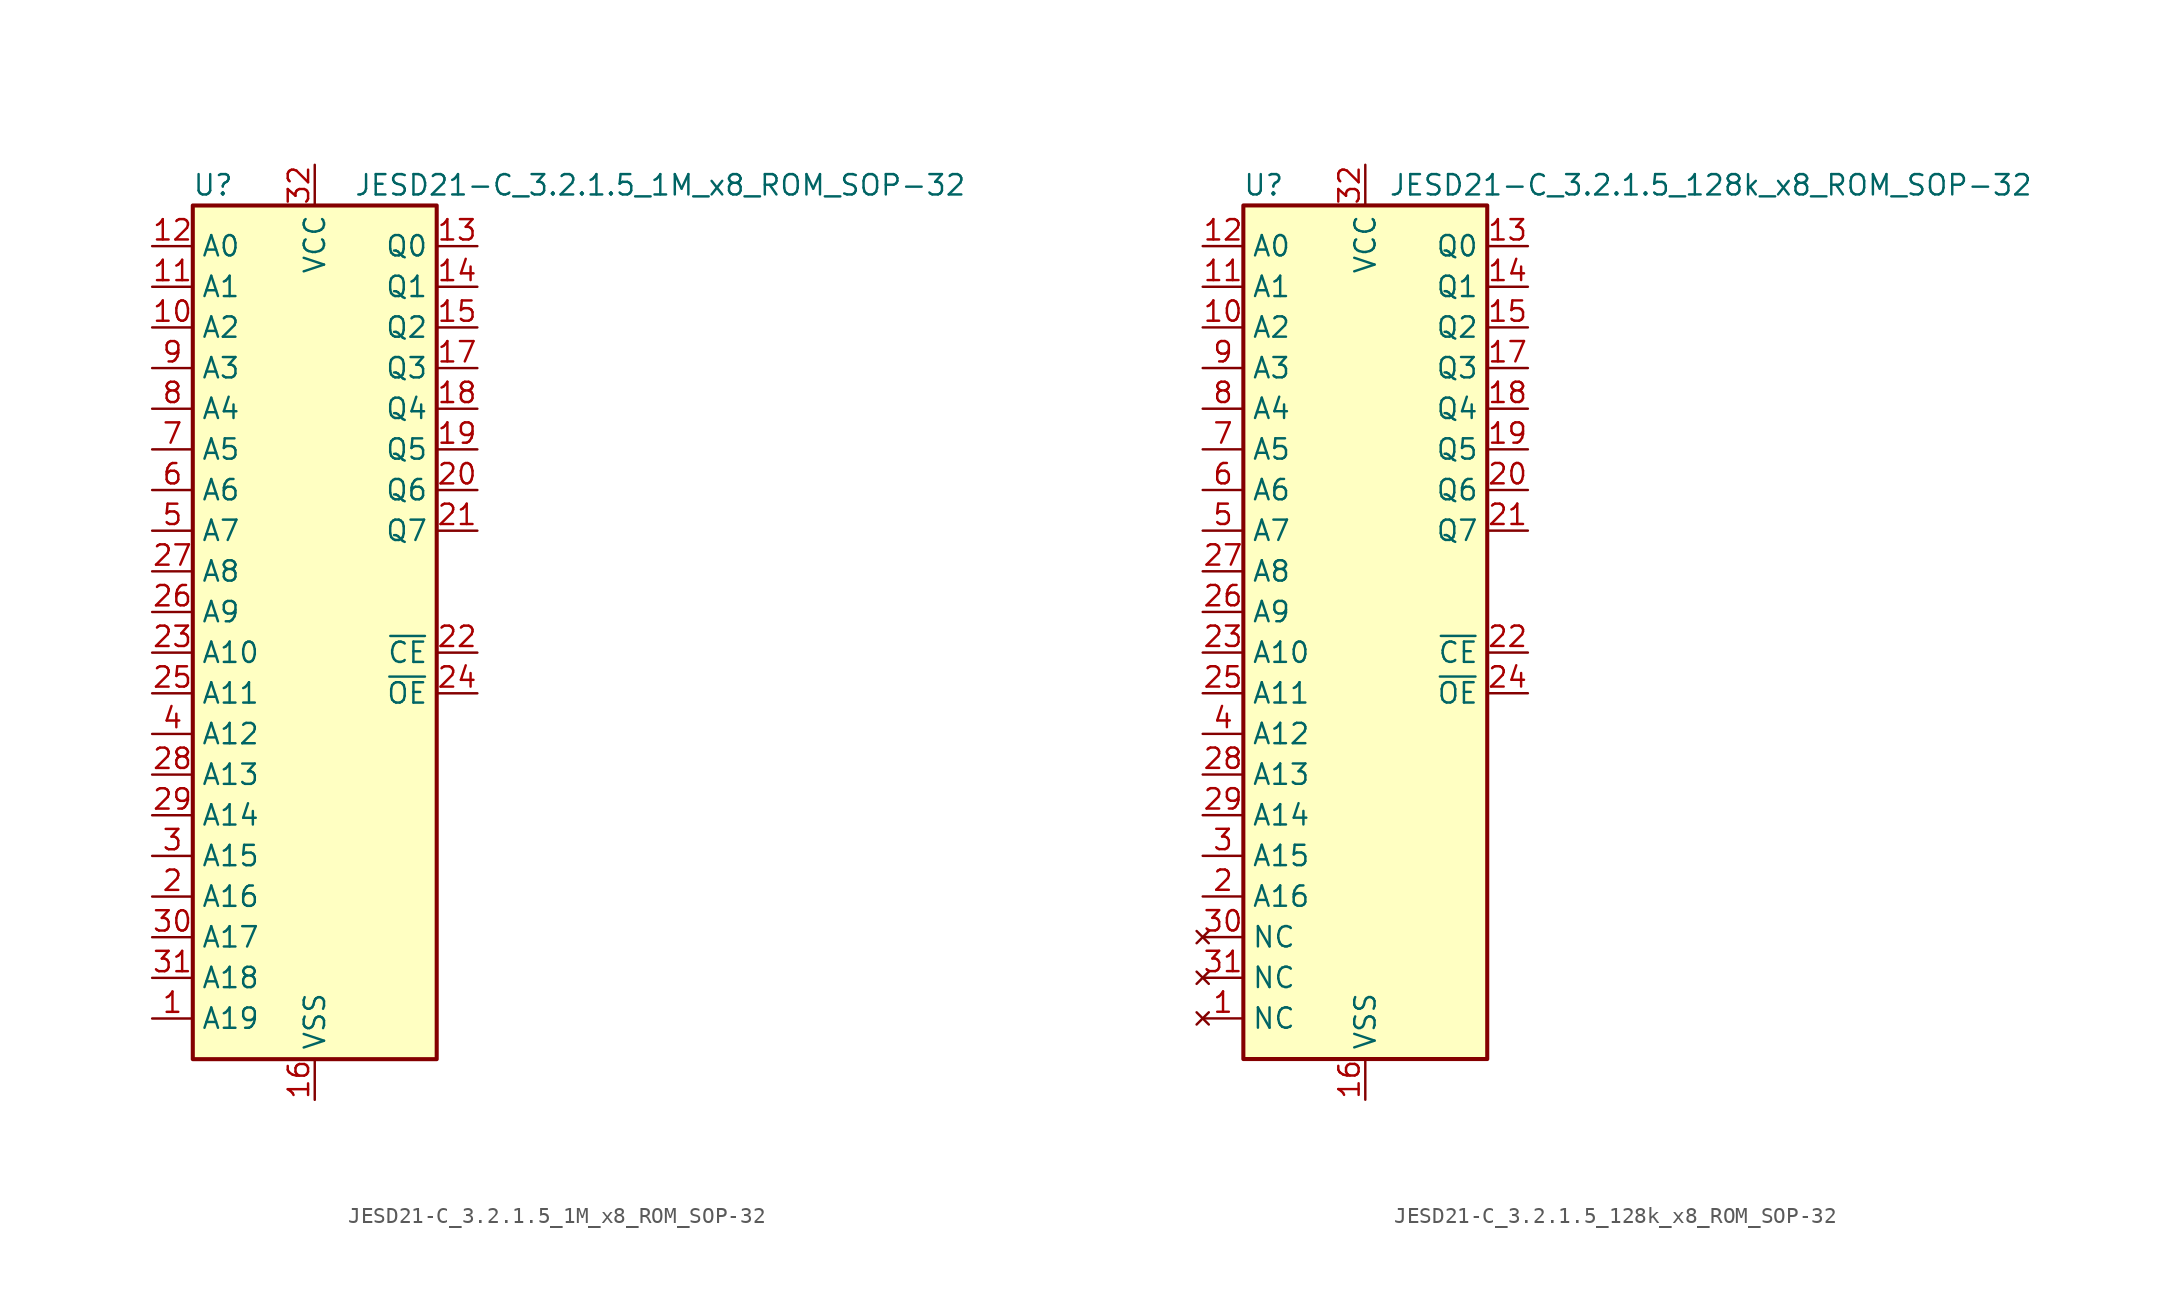
<source format=kicad_sym>
(kicad_symbol_lib
  (version 20231120)
  (generator "kicad_symbol_editor")
  (generator_version "8.0")
  (symbol "JESD21-C_3.2.1.5_1M_x8_ROM_SOP-32"
    (property "Reference" "U"
      (at -6.35 26.67 0)
      (effects (font (size 1.27 1.27))))
    (property "Value" "JESD21-C_3.2.1.5_1M_x8_ROM_SOP-32"
      (at 21.59 26.67 0)
      (effects (font (size 1.27 1.27))))
    (symbol "JESD21-C_3.2.1.5_1M_x8_ROM_SOP-32_0_1"
      (rectangle (start -7.62 25.4) (end 7.62 -27.94) (stroke (width 0.254) (type default)) (fill (type background))))
    (symbol "JESD21-C_3.2.1.5_1M_x8_ROM_SOP-32_1_1"
      (pin input line (at -10.16 -25.4 0) (length 2.54) (name "A19" (effects (font (size 1.27 1.27)))) (number "1" (effects (font (size 1.27 1.27)))))
      (pin input line (at -10.16 17.78 0) (length 2.54) (name "A2" (effects (font (size 1.27 1.27)))) (number "10" (effects (font (size 1.27 1.27)))))
      (pin input line (at -10.16 20.32 0) (length 2.54) (name "A1" (effects (font (size 1.27 1.27)))) (number "11" (effects (font (size 1.27 1.27)))))
      (pin input line (at -10.16 22.86 0) (length 2.54) (name "A0" (effects (font (size 1.27 1.27)))) (number "12" (effects (font (size 1.27 1.27)))))
      (pin tri_state line (at 10.16 22.86 180) (length 2.54) (name "Q0" (effects (font (size 1.27 1.27)))) (number "13" (effects (font (size 1.27 1.27)))))
      (pin tri_state line (at 10.16 20.32 180) (length 2.54) (name "Q1" (effects (font (size 1.27 1.27)))) (number "14" (effects (font (size 1.27 1.27)))))
      (pin tri_state line (at 10.16 17.78 180) (length 2.54) (name "Q2" (effects (font (size 1.27 1.27)))) (number "15" (effects (font (size 1.27 1.27)))))
      (pin power_in line (at 0 -30.48 90) (length 2.54) (name "VSS" (effects (font (size 1.27 1.27)))) (number "16" (effects (font (size 1.27 1.27)))))
      (pin tri_state line (at 10.16 15.24 180) (length 2.54) (name "Q3" (effects (font (size 1.27 1.27)))) (number "17" (effects (font (size 1.27 1.27)))))
      (pin tri_state line (at 10.16 12.7 180) (length 2.54) (name "Q4" (effects (font (size 1.27 1.27)))) (number "18" (effects (font (size 1.27 1.27)))))
      (pin tri_state line (at 10.16 10.16 180) (length 2.54) (name "Q5" (effects (font (size 1.27 1.27)))) (number "19" (effects (font (size 1.27 1.27)))))
      (pin input line (at -10.16 -17.78 0) (length 2.54) (name "A16" (effects (font (size 1.27 1.27)))) (number "2" (effects (font (size 1.27 1.27)))))
      (pin tri_state line (at 10.16 7.62 180) (length 2.54) (name "Q6" (effects (font (size 1.27 1.27)))) (number "20" (effects (font (size 1.27 1.27)))))
      (pin tri_state line (at 10.16 5.08 180) (length 2.54) (name "Q7" (effects (font (size 1.27 1.27)))) (number "21" (effects (font (size 1.27 1.27)))))
      (pin input line (at 10.16 -2.54 180) (length 2.54) (name "~{CE}" (effects (font (size 1.27 1.27)))) (number "22" (effects (font (size 1.27 1.27)))) (alternate "~{E}" input line))
      (pin input line (at -10.16 -2.54 0) (length 2.54) (name "A10" (effects (font (size 1.27 1.27)))) (number "23" (effects (font (size 1.27 1.27)))))
      (pin input line (at 10.16 -5.08 180) (length 2.54) (name "~{OE}" (effects (font (size 1.27 1.27)))) (number "24" (effects (font (size 1.27 1.27)))) (alternate "~{G}" input line))
      (pin input line (at -10.16 -5.08 0) (length 2.54) (name "A11" (effects (font (size 1.27 1.27)))) (number "25" (effects (font (size 1.27 1.27)))))
      (pin input line (at -10.16 0 0) (length 2.54) (name "A9" (effects (font (size 1.27 1.27)))) (number "26" (effects (font (size 1.27 1.27)))))
      (pin input line (at -10.16 2.54 0) (length 2.54) (name "A8" (effects (font (size 1.27 1.27)))) (number "27" (effects (font (size 1.27 1.27)))))
      (pin input line (at -10.16 -10.16 0) (length 2.54) (name "A13" (effects (font (size 1.27 1.27)))) (number "28" (effects (font (size 1.27 1.27)))))
      (pin input line (at -10.16 -12.7 0) (length 2.54) (name "A14" (effects (font (size 1.27 1.27)))) (number "29" (effects (font (size 1.27 1.27)))))
      (pin input line (at -10.16 -15.24 0) (length 2.54) (name "A15" (effects (font (size 1.27 1.27)))) (number "3" (effects (font (size 1.27 1.27)))))
      (pin input line (at -10.16 -20.32 0) (length 2.54) (name "A17" (effects (font (size 1.27 1.27)))) (number "30" (effects (font (size 1.27 1.27)))))
      (pin input line (at -10.16 -22.86 0) (length 2.54) (name "A18" (effects (font (size 1.27 1.27)))) (number "31" (effects (font (size 1.27 1.27)))))
      (pin power_in line (at 0 27.94 270) (length 2.54) (name "VCC" (effects (font (size 1.27 1.27)))) (number "32" (effects (font (size 1.27 1.27)))))
      (pin input line (at -10.16 -7.62 0) (length 2.54) (name "A12" (effects (font (size 1.27 1.27)))) (number "4" (effects (font (size 1.27 1.27)))))
      (pin input line (at -10.16 5.08 0) (length 2.54) (name "A7" (effects (font (size 1.27 1.27)))) (number "5" (effects (font (size 1.27 1.27)))))
      (pin input line (at -10.16 7.62 0) (length 2.54) (name "A6" (effects (font (size 1.27 1.27)))) (number "6" (effects (font (size 1.27 1.27)))))
      (pin input line (at -10.16 10.16 0) (length 2.54) (name "A5" (effects (font (size 1.27 1.27)))) (number "7" (effects (font (size 1.27 1.27)))))
      (pin input line (at -10.16 12.7 0) (length 2.54) (name "A4" (effects (font (size 1.27 1.27)))) (number "8" (effects (font (size 1.27 1.27)))))
      (pin input line (at -10.16 15.24 0) (length 2.54) (name "A3" (effects (font (size 1.27 1.27)))) (number "9" (effects (font (size 1.27 1.27)))))))
  (symbol "JESD21-C_3.2.1.5_128k_x8_ROM_SOP-32"
    (property "Reference" "U"
      (at -6.35 26.67 0)
      (effects (font (size 1.27 1.27))))
    (property "Value" "JESD21-C_3.2.1.5_128k_x8_ROM_SOP-32"
      (at 21.59 26.67 0)
      (effects (font (size 1.27 1.27))))
    (symbol "JESD21-C_3.2.1.5_128k_x8_ROM_SOP-32_0_1"
      (rectangle (start -7.62 25.4) (end 7.62 -27.94) (stroke (width 0.254) (type default)) (fill (type background))))
    (symbol "JESD21-C_3.2.1.5_128k_x8_ROM_SOP-32_1_1"
      (pin no_connect line (at -10.16 -25.4 0) (length 2.54) (name "NC" (effects (font (size 1.27 1.27)))) (number "1" (effects (font (size 1.27 1.27)))))
      (pin input line (at -10.16 17.78 0) (length 2.54) (name "A2" (effects (font (size 1.27 1.27)))) (number "10" (effects (font (size 1.27 1.27)))))
      (pin input line (at -10.16 20.32 0) (length 2.54) (name "A1" (effects (font (size 1.27 1.27)))) (number "11" (effects (font (size 1.27 1.27)))))
      (pin input line (at -10.16 22.86 0) (length 2.54) (name "A0" (effects (font (size 1.27 1.27)))) (number "12" (effects (font (size 1.27 1.27)))))
      (pin tri_state line (at 10.16 22.86 180) (length 2.54) (name "Q0" (effects (font (size 1.27 1.27)))) (number "13" (effects (font (size 1.27 1.27)))))
      (pin tri_state line (at 10.16 20.32 180) (length 2.54) (name "Q1" (effects (font (size 1.27 1.27)))) (number "14" (effects (font (size 1.27 1.27)))))
      (pin tri_state line (at 10.16 17.78 180) (length 2.54) (name "Q2" (effects (font (size 1.27 1.27)))) (number "15" (effects (font (size 1.27 1.27)))))
      (pin power_in line (at 0 -30.48 90) (length 2.54) (name "VSS" (effects (font (size 1.27 1.27)))) (number "16" (effects (font (size 1.27 1.27)))))
      (pin tri_state line (at 10.16 15.24 180) (length 2.54) (name "Q3" (effects (font (size 1.27 1.27)))) (number "17" (effects (font (size 1.27 1.27)))))
      (pin tri_state line (at 10.16 12.7 180) (length 2.54) (name "Q4" (effects (font (size 1.27 1.27)))) (number "18" (effects (font (size 1.27 1.27)))))
      (pin tri_state line (at 10.16 10.16 180) (length 2.54) (name "Q5" (effects (font (size 1.27 1.27)))) (number "19" (effects (font (size 1.27 1.27)))))
      (pin input line (at -10.16 -17.78 0) (length 2.54) (name "A16" (effects (font (size 1.27 1.27)))) (number "2" (effects (font (size 1.27 1.27)))))
      (pin tri_state line (at 10.16 7.62 180) (length 2.54) (name "Q6" (effects (font (size 1.27 1.27)))) (number "20" (effects (font (size 1.27 1.27)))))
      (pin tri_state line (at 10.16 5.08 180) (length 2.54) (name "Q7" (effects (font (size 1.27 1.27)))) (number "21" (effects (font (size 1.27 1.27)))))
      (pin input line (at 10.16 -2.54 180) (length 2.54) (name "~{CE}" (effects (font (size 1.27 1.27)))) (number "22" (effects (font (size 1.27 1.27)))) (alternate "~{CS1}" input line) (alternate "~{CS2}" input line) (alternate "~{CS3}" input line) (alternate "~{E}" input line) (alternate "~{S1}" input line) (alternate "~{S2}" input line) (alternate "~{S3}" input line))
      (pin input line (at -10.16 -2.54 0) (length 2.54) (name "A10" (effects (font (size 1.27 1.27)))) (number "23" (effects (font (size 1.27 1.27)))))
      (pin input line (at 10.16 -5.08 180) (length 2.54) (name "~{OE}" (effects (font (size 1.27 1.27)))) (number "24" (effects (font (size 1.27 1.27)))) (alternate "~{G}" input line))
      (pin input line (at -10.16 -5.08 0) (length 2.54) (name "A11" (effects (font (size 1.27 1.27)))) (number "25" (effects (font (size 1.27 1.27)))))
      (pin input line (at -10.16 0 0) (length 2.54) (name "A9" (effects (font (size 1.27 1.27)))) (number "26" (effects (font (size 1.27 1.27)))))
      (pin input line (at -10.16 2.54 0) (length 2.54) (name "A8" (effects (font (size 1.27 1.27)))) (number "27" (effects (font (size 1.27 1.27)))))
      (pin input line (at -10.16 -10.16 0) (length 2.54) (name "A13" (effects (font (size 1.27 1.27)))) (number "28" (effects (font (size 1.27 1.27)))))
      (pin input line (at -10.16 -12.7 0) (length 2.54) (name "A14" (effects (font (size 1.27 1.27)))) (number "29" (effects (font (size 1.27 1.27)))))
      (pin input line (at -10.16 -15.24 0) (length 2.54) (name "A15" (effects (font (size 1.27 1.27)))) (number "3" (effects (font (size 1.27 1.27)))))
      (pin no_connect line (at -10.16 -20.32 0) (length 2.54) (name "NC" (effects (font (size 1.27 1.27)))) (number "30" (effects (font (size 1.27 1.27)))) (alternate "CS3" input line) (alternate "S3" input line) (alternate "~{CS3}" input line) (alternate "~{S3}" input line))
      (pin no_connect line (at -10.16 -22.86 0) (length 2.54) (name "NC" (effects (font (size 1.27 1.27)))) (number "31" (effects (font (size 1.27 1.27)))) (alternate "CS2" input line) (alternate "S2" input line) (alternate "~{CS2}" input line) (alternate "~{S2}" input line))
      (pin power_in line (at 0 27.94 270) (length 2.54) (name "VCC" (effects (font (size 1.27 1.27)))) (number "32" (effects (font (size 1.27 1.27)))))
      (pin input line (at -10.16 -7.62 0) (length 2.54) (name "A12" (effects (font (size 1.27 1.27)))) (number "4" (effects (font (size 1.27 1.27)))))
      (pin input line (at -10.16 5.08 0) (length 2.54) (name "A7" (effects (font (size 1.27 1.27)))) (number "5" (effects (font (size 1.27 1.27)))))
      (pin input line (at -10.16 7.62 0) (length 2.54) (name "A6" (effects (font (size 1.27 1.27)))) (number "6" (effects (font (size 1.27 1.27)))))
      (pin input line (at -10.16 10.16 0) (length 2.54) (name "A5" (effects (font (size 1.27 1.27)))) (number "7" (effects (font (size 1.27 1.27)))))
      (pin input line (at -10.16 12.7 0) (length 2.54) (name "A4" (effects (font (size 1.27 1.27)))) (number "8" (effects (font (size 1.27 1.27)))))
      (pin input line (at -10.16 15.24 0) (length 2.54) (name "A3" (effects (font (size 1.27 1.27)))) (number "9" (effects (font (size 1.27 1.27))))))))
</source>
